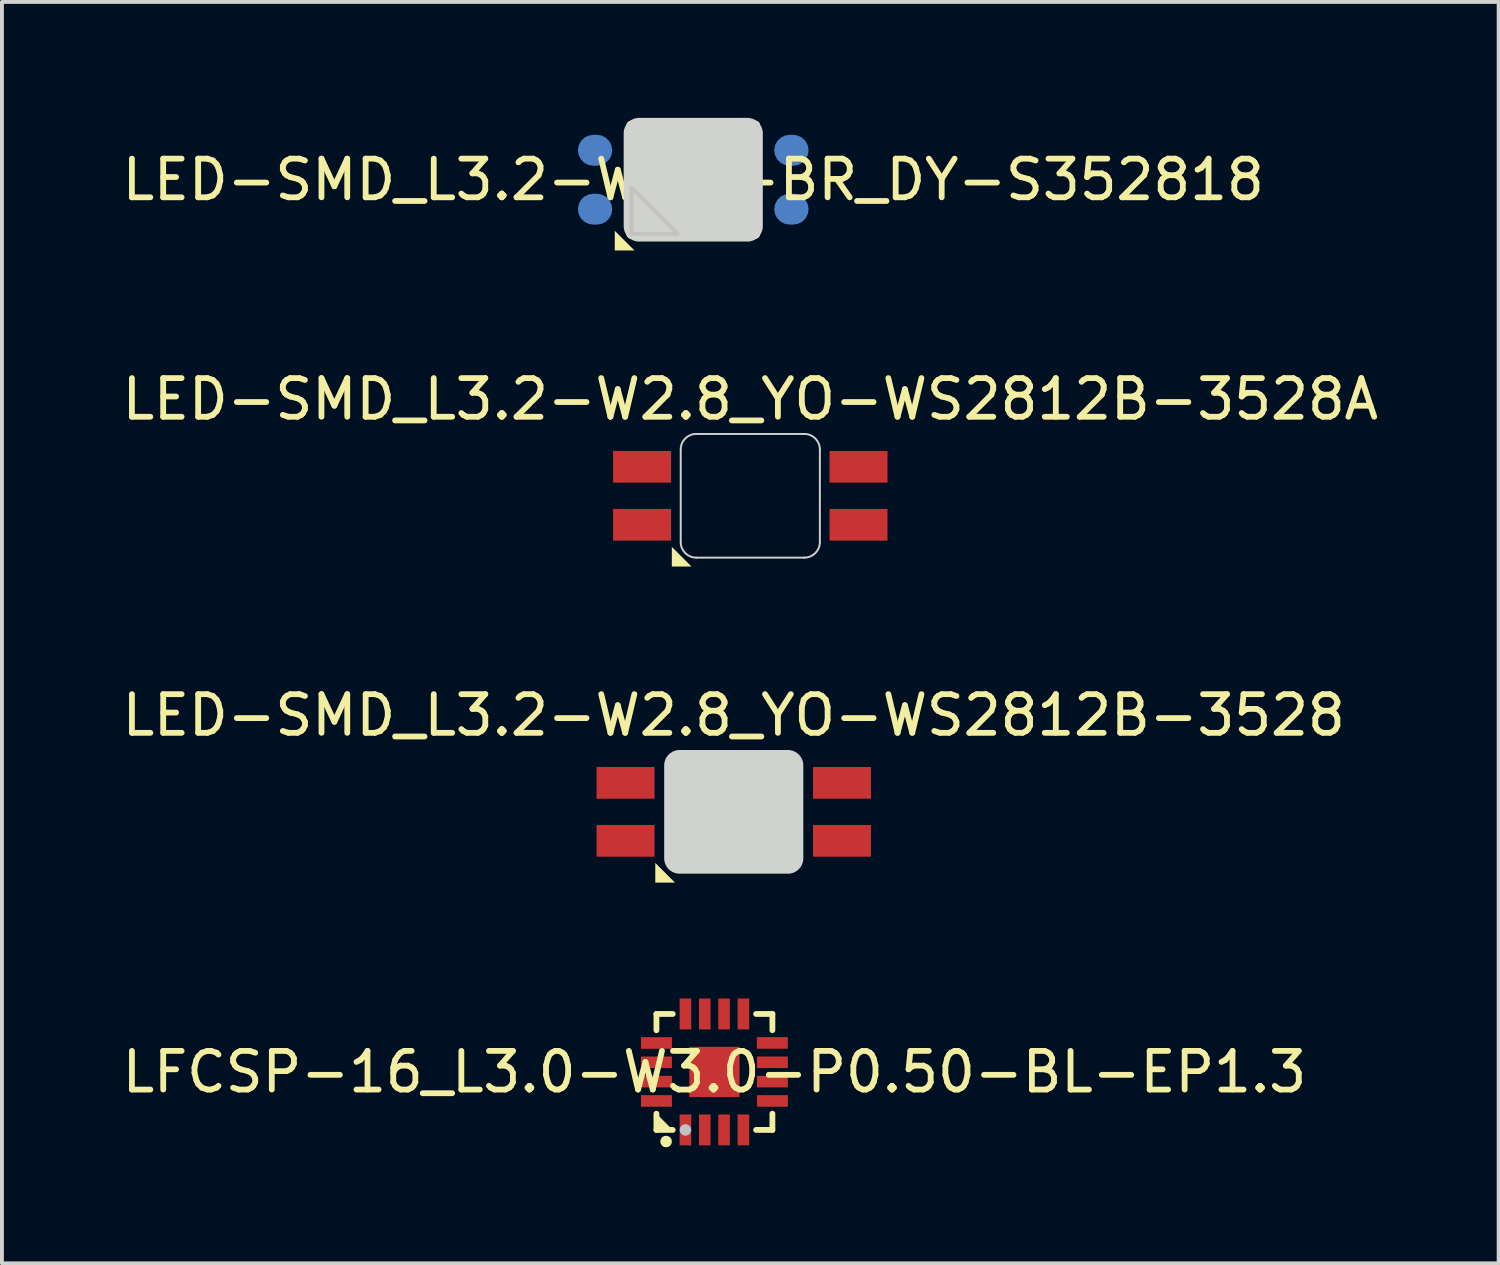
<source format=kicad_pcb>
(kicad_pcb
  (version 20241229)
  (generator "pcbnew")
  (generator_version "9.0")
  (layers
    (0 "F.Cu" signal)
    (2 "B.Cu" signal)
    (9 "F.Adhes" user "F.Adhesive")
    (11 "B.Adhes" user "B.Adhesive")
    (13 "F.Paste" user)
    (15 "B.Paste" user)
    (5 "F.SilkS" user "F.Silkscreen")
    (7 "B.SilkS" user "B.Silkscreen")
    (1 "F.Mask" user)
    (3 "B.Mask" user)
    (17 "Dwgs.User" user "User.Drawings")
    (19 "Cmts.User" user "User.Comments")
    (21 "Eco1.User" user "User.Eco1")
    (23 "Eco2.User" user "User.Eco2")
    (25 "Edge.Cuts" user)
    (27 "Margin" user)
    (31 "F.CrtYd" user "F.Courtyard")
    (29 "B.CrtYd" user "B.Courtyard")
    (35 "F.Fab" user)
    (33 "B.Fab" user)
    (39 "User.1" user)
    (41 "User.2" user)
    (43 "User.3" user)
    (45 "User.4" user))
  (footprint "LFCSP-16_L3.0-W3.0-P0.50-BL-EP1.3"
    (layer "F.Cu")
    (at 15.435 24.686)
    (property "Reference" "LFCSP-16_L3.0-W3.0-P0.50-BL-EP1.3" (at 0 0 0) (layer "F.SilkS") (effects (font (size 1 1) (thickness 0.15))))
    (fp_line (start -1.5 -1.5) (end -1.079 -1.5) (stroke (width 0.15) (type default)) (layer "F.SilkS"))
    (fp_line (start -1.5 -1.079) (end -1.5 -1.5) (stroke (width 0.15) (type default)) (layer "F.SilkS"))
    (fp_line (start -1.5 1.5) (end -1.5 1.079) (stroke (width 0.15) (type default)) (layer "F.SilkS"))
    (fp_line (start -1.5 1.5) (end -1.079 1.5) (stroke (width 0.15) (type default)) (layer "F.SilkS"))
    (fp_line (start 1.079 -1.5) (end 1.5 -1.5) (stroke (width 0.15) (type default)) (layer "F.SilkS"))
    (fp_line (start 1.079 1.5) (end 1.5 1.5) (stroke (width 0.15) (type default)) (layer "F.SilkS"))
    (fp_line (start 1.5 -1.08) (end 1.5 -1.5) (stroke (width 0.15) (type default)) (layer "F.SilkS"))
    (fp_line (start 1.5 1.5) (end 1.5 1.079) (stroke (width 0.15) (type default)) (layer "F.SilkS"))
    (fp_circle (center -1.25 1.8) (end -1.175 1.8) (stroke (width 0.15) (type default)) (fill no) (layer "F.SilkS"))
    (fp_poly (pts (xy -1.5 1.079) (xy -1.079 1.5) (xy -1.5 1.5)) (stroke (width 0) (type default)) (fill yes) (layer "F.SilkS"))
    (fp_poly (pts (xy -1.9 -0.4) (xy -1.9 -0.1) (xy -1.1 -0.1) (xy -1.1 -0.4)) (stroke (width 0) (type default)) (fill yes) (layer "F.Paste"))
    (fp_poly (pts (xy -1.9 0.1) (xy -1.9 0.4) (xy -1.1 0.4) (xy -1.1 0.1)) (stroke (width 0) (type default)) (fill yes) (layer "F.Paste"))
    (fp_poly (pts (xy -1.1 -0.6) (xy -1.1 -0.9) (xy -1.9 -0.9) (xy -1.9 -0.6)) (stroke (width 0) (type default)) (fill yes) (layer "F.Paste"))
    (fp_poly (pts (xy -1.1 0.9) (xy -1.1 0.6) (xy -1.9 0.6) (xy -1.9 0.9)) (stroke (width 0) (type default)) (fill yes) (layer "F.Paste"))
    (fp_poly (pts (xy -0.9 -1.9) (xy -0.9 -1.1) (xy -0.6 -1.1) (xy -0.6 -1.9)) (stroke (width 0) (type default)) (fill yes) (layer "F.Paste"))
    (fp_poly (pts (xy -0.6 1.9) (xy -0.6 1.1) (xy -0.9 1.1) (xy -0.9 1.9)) (stroke (width 0) (type default)) (fill yes) (layer "F.Paste"))
    (fp_poly (pts (xy -0.4 -1.9) (xy -0.4 -1.1) (xy -0.1 -1.1) (xy -0.1 -1.9)) (stroke (width 0) (type default)) (fill yes) (layer "F.Paste"))
    (fp_poly (pts (xy -0.4 1.1) (xy -0.4 1.9) (xy -0.1 1.9) (xy -0.1 1.1)) (stroke (width 0) (type default)) (fill yes) (layer "F.Paste"))
    (fp_poly (pts (xy 0.1 1.1) (xy 0.1 1.9) (xy 0.4 1.9) (xy 0.4 1.1)) (stroke (width 0) (type default)) (fill yes) (layer "F.Paste"))
    (fp_poly (pts (xy 0.4 -1.1) (xy 0.4 -1.9) (xy 0.1 -1.9) (xy 0.1 -1.1)) (stroke (width 0) (type default)) (fill yes) (layer "F.Paste"))
    (fp_poly (pts (xy 0.52 0.52) (xy -0.52 0.52) (xy -0.52 -0.519) (xy 0.52 -0.519)) (stroke (width 0) (type default)) (fill yes) (layer "F.Paste"))
    (fp_poly (pts (xy 0.6 -1.9) (xy 0.6 -1.1) (xy 0.9 -1.1) (xy 0.9 -1.9)) (stroke (width 0) (type default)) (fill yes) (layer "F.Paste"))
    (fp_poly (pts (xy 0.6 1.1) (xy 0.6 1.9) (xy 0.9 1.9) (xy 0.9 1.1)) (stroke (width 0) (type default)) (fill yes) (layer "F.Paste"))
    (fp_poly (pts (xy 1.097 -0.901) (xy 1.097 -0.601) (xy 1.897 -0.601) (xy 1.897 -0.901)) (stroke (width 0) (type default)) (fill yes) (layer "F.Paste"))
    (fp_poly (pts (xy 1.1 -0.4) (xy 1.1 -0.1) (xy 1.9 -0.1) (xy 1.9 -0.4)) (stroke (width 0) (type default)) (fill yes) (layer "F.Paste"))
    (fp_poly (pts (xy 1.1 0.1) (xy 1.1 0.4) (xy 1.9 0.4) (xy 1.9 0.1)) (stroke (width 0) (type default)) (fill yes) (layer "F.Paste"))
    (fp_poly (pts (xy 1.1 0.6) (xy 1.1 0.9) (xy 1.9 0.9) (xy 1.9 0.6)) (stroke (width 0) (type default)) (fill yes) (layer "F.Paste"))
    (fp_circle (center -0.75 1.5) (end -0.675 1.5) (stroke (width 0.15) (type default)) (fill no) (layer "Dwgs.User"))
    (fp_poly (pts (xy -1.1 -0.865) (xy -1.1 -0.635) (xy -1.5 -0.635) (xy -1.5 -0.865)) (stroke (width 0.1) (type default)) (fill no) (layer "User.1"))
    (fp_poly (pts (xy -1.1 -0.365) (xy -1.1 -0.135) (xy -1.5 -0.135) (xy -1.5 -0.365)) (stroke (width 0.1) (type default)) (fill no) (layer "User.1"))
    (fp_poly (pts (xy -1.1 0.135) (xy -1.1 0.365) (xy -1.5 0.365) (xy -1.5 0.135)) (stroke (width 0.1) (type default)) (fill no) (layer "User.1"))
    (fp_poly (pts (xy -1.1 0.635) (xy -1.1 0.865) (xy -1.5 0.865) (xy -1.5 0.635)) (stroke (width 0.1) (type default)) (fill no) (layer "User.1"))
    (fp_poly (pts (xy -0.635 -1.1) (xy -0.865 -1.1) (xy -0.865 -1.5) (xy -0.635 -1.5)) (stroke (width 0.1) (type default)) (fill no) (layer "User.1"))
    (fp_poly (pts (xy -0.635 1.5) (xy -0.865 1.5) (xy -0.865 1.1) (xy -0.635 1.1)) (stroke (width 0.1) (type default)) (fill no) (layer "User.1"))
    (fp_poly (pts (xy -0.135 -1.1) (xy -0.365 -1.1) (xy -0.365 -1.5) (xy -0.135 -1.5)) (stroke (width 0.1) (type default)) (fill no) (layer "User.1"))
    (fp_poly (pts (xy -0.134 1.5) (xy -0.363 1.5) (xy -0.363 1.1) (xy -0.134 1.1)) (stroke (width 0.1) (type default)) (fill no) (layer "User.1"))
    (fp_poly (pts (xy 0.365 -1.1) (xy 0.135 -1.1) (xy 0.135 -1.5) (xy 0.365 -1.5)) (stroke (width 0.1) (type default)) (fill no) (layer "User.1"))
    (fp_poly (pts (xy 0.365 1.5) (xy 0.135 1.5) (xy 0.135 1.1) (xy 0.365 1.1)) (stroke (width 0.1) (type default)) (fill no) (layer "User.1"))
    (fp_poly (pts (xy 0.65 0.65) (xy -0.65 0.65) (xy -0.65 -0.65) (xy 0.65 -0.65)) (stroke (width 0.1) (type default)) (fill no) (layer "User.1"))
    (fp_poly (pts (xy 0.865 -1.1) (xy 0.635 -1.1) (xy 0.635 -1.5) (xy 0.865 -1.5)) (stroke (width 0.1) (type default)) (fill no) (layer "User.1"))
    (fp_poly (pts (xy 0.865 1.5) (xy 0.635 1.5) (xy 0.635 1.1) (xy 0.865 1.1)) (stroke (width 0.1) (type default)) (fill no) (layer "User.1"))
    (fp_poly (pts (xy 1.5 -0.866) (xy 1.5 -0.636) (xy 1.1 -0.636) (xy 1.1 -0.866)) (stroke (width 0.1) (type default)) (fill no) (layer "User.1"))
    (fp_poly (pts (xy 1.5 -0.365) (xy 1.5 -0.135) (xy 1.1 -0.135) (xy 1.1 -0.365)) (stroke (width 0.1) (type default)) (fill no) (layer "User.1"))
    (fp_poly (pts (xy 1.5 0.135) (xy 1.5 0.365) (xy 1.1 0.365) (xy 1.1 0.135)) (stroke (width 0.1) (type default)) (fill no) (layer "User.1"))
    (fp_poly (pts (xy 1.5 0.635) (xy 1.5 0.865) (xy 1.1 0.865) (xy 1.1 0.635)) (stroke (width 0.1) (type default)) (fill no) (layer "User.1"))
    (fp_line (start -1.5 -1) (end -1 -1.5) (stroke (width 0.051) (type default)) (layer "User.2"))
    (fp_line (start -1.5 1) (end -1.5 -1) (stroke (width 0.051) (type default)) (layer "User.2"))
    (fp_line (start -1 -1.5) (end 1 -1.5) (stroke (width 0.051) (type default)) (layer "User.2"))
    (fp_line (start -1 1.5) (end -1.5 1) (stroke (width 0.051) (type default)) (layer "User.2"))
    (fp_line (start 1 -1.5) (end 1.5 -1) (stroke (width 0.051) (type default)) (layer "User.2"))
    (fp_line (start 1 1.5) (end -1 1.5) (stroke (width 0.051) (type default)) (layer "User.2"))
    (fp_line (start 1.5 -1) (end 1.5 1) (stroke (width 0.051) (type default)) (layer "User.2"))
    (fp_line (start 1.5 1) (end 1 1.5) (stroke (width 0.051) (type default)) (layer "User.2"))
    (fp_poly (pts (xy -1.44 1.5) (xy -1.458 1.458) (xy -1.5 1.44) (xy -1.542 1.458) (xy -1.56 1.5) (xy -1.542 1.542) (xy -1.5 1.56) (xy -1.458 1.542)) (stroke (width 0.1) (type default)) (fill no) (layer "User.3"))
    (pad "1" smd rect (at -0.75 1.5 180) (size 0.3 0.8) (layers "F.Cu" "F.Mask" "F.Paste"))
    (pad "2" smd rect (at -0.25 1.5 180) (size 0.3 0.8) (layers "F.Cu" "F.Mask" "F.Paste"))
    (pad "3" smd rect (at 0.25 1.5 180) (size 0.3 0.8) (layers "F.Cu" "F.Mask" "F.Paste"))
    (pad "4" smd rect (at 0.75 1.5 180) (size 0.3 0.8) (layers "F.Cu" "F.Mask" "F.Paste"))
    (pad "5" smd rect (at 1.5 0.75 90) (size 0.3 0.8) (layers "F.Cu" "F.Mask" "F.Paste"))
    (pad "6" smd rect (at 1.5 0.25 90) (size 0.3 0.8) (layers "F.Cu" "F.Mask" "F.Paste"))
    (pad "7" smd rect (at 1.5 -0.25 90) (size 0.3 0.8) (layers "F.Cu" "F.Mask" "F.Paste"))
    (pad "8" smd rect (at 1.498 -0.751 90) (size 0.3 0.8) (layers "F.Cu" "F.Mask" "F.Paste"))
    (pad "9" smd rect (at 0.75 -1.5 180) (size 0.3 0.8) (layers "F.Cu" "F.Mask" "F.Paste"))
    (pad "10" smd rect (at 0.25 -1.5 180) (size 0.3 0.8) (layers "F.Cu" "F.Mask" "F.Paste"))
    (pad "11" smd rect (at -0.25 -1.5 180) (size 0.3 0.8) (layers "F.Cu" "F.Mask" "F.Paste"))
    (pad "12" smd rect (at -0.75 -1.5 180) (size 0.3 0.8) (layers "F.Cu" "F.Mask" "F.Paste"))
    (pad "13" smd rect (at -1.5 -0.75 90) (size 0.3 0.8) (layers "F.Cu" "F.Mask" "F.Paste"))
    (pad "14" smd rect (at -1.5 -0.25 90) (size 0.3 0.8) (layers "F.Cu" "F.Mask" "F.Paste"))
    (pad "15" smd rect (at -1.5 0.25 90) (size 0.3 0.8) (layers "F.Cu" "F.Mask" "F.Paste"))
    (pad "16" smd rect (at -1.5 0.75 90) (size 0.3 0.8) (layers "F.Cu" "F.Mask" "F.Paste"))
    (pad "17" smd rect (at 0 0 180) (size 1.3 1.3) (layers "F.Cu" "F.Mask" "F.Paste")))
  (footprint "LED-SMD_L3.2-W2.8_YO-WS2812B-3528A"
    (layer "F.Cu")
    (at 16.363 9.778)
    (property "Reference" "LED-SMD_L3.2-W2.8_YO-WS2812B-3528A" (at 0 -2.5 0) (layer "F.SilkS") (effects (font (size 1 1) (thickness 0.15))))
    (fp_poly (pts (xy -2.03 1.83) (xy -2.03 1.322) (xy -1.522 1.83)) (stroke (width 0) (type default)) (fill yes) (layer "F.SilkS"))
    (fp_line (start -1.8 1.2) (end -1.8 -1.2) (stroke (width 0.05) (type default)) (layer "Edge.Cuts"))
    (fp_line (start -1.4 -1.6) (end 1.4 -1.6) (stroke (width 0.05) (type default)) (layer "Edge.Cuts"))
    (fp_line (start 1.4 1.6) (end -1.4 1.6) (stroke (width 0.05) (type default)) (layer "Edge.Cuts"))
    (fp_line (start 1.8 -1.2) (end 1.8 1.2) (stroke (width 0.05) (type default)) (layer "Edge.Cuts"))
    (fp_arc (start -1.8 -1.2) (mid -1.682843 -1.482843) (end -1.4 -1.6) (stroke (width 0.05) (type default)) (layer "Edge.Cuts"))
    (fp_arc (start -1.4 1.6) (mid -1.682843 1.482843) (end -1.8 1.2) (stroke (width 0.05) (type default)) (layer "Edge.Cuts"))
    (fp_arc (start 1.4 -1.6) (mid 1.682843 -1.482843) (end 1.8 -1.2) (stroke (width 0.05) (type default)) (layer "Edge.Cuts"))
    (fp_arc (start 1.8 1.2) (mid 1.682843 1.482843) (end 1.4 1.6) (stroke (width 0.05) (type default)) (layer "Edge.Cuts"))
    (fp_poly (pts (xy -1.4 1.601) (xy -1.413 1.601) (xy -1.407 1.6)) (stroke (width 0) (type default)) (fill yes) (layer "Edge.Cuts"))
    (fp_poly (pts (xy -1.54 -1.09) (xy -1.54 -0.41) (xy -2.94 -0.41) (xy -2.94 -1.09)) (stroke (width 0.1) (type default)) (fill no) (layer "User.1"))
    (fp_poly (pts (xy -1.54 0.41) (xy -1.54 1.09) (xy -2.94 1.09) (xy -2.94 0.41)) (stroke (width 0.1) (type default)) (fill no) (layer "User.1"))
    (fp_poly (pts (xy 2.94 -1.09) (xy 2.94 -0.41) (xy 1.54 -0.41) (xy 1.54 -1.09)) (stroke (width 0.1) (type default)) (fill no) (layer "User.1"))
    (fp_poly (pts (xy 2.94 0.41) (xy 2.94 1.09) (xy 1.54 1.09) (xy 1.54 0.41)) (stroke (width 0.1) (type default)) (fill no) (layer "User.1"))
    (fp_poly (pts (xy 3 -1.4) (xy 2.982 -1.442) (xy 2.94 -1.46) (xy 2.898 -1.442) (xy 2.88 -1.4) (xy 2.898 -1.358) (xy 2.94 -1.34) (xy 2.982 -1.358)) (stroke (width 0.1) (type default)) (fill no) (layer "User.3"))
    (pad "1" smd rect (at 2.8 -0.75 90) (size 0.82 1.5) (layers "F.Cu" "F.Mask" "F.Paste"))
    (pad "2" smd rect (at 2.8 0.75 90) (size 0.82 1.5) (layers "F.Cu" "F.Mask" "F.Paste"))
    (pad "3" smd rect (at -2.8 0.75 90) (size 0.82 1.5) (layers "F.Cu" "F.Mask" "F.Paste"))
    (pad "4" smd rect (at -2.8 -0.75 90) (size 0.82 1.5) (layers "F.Cu" "F.Mask" "F.Paste")))
  (footprint "LED-SMD_L3.2-W2.8-BR_DY-S352818"
    (layer "F.Cu")
    (at 14.887 1.6)
    (property "Reference" "LED-SMD_L3.2-W2.8-BR_DY-S352818" (at 0 0 0) (layer "F.SilkS") (effects (font (size 1 1) (thickness 0.15))))
    (fp_line (start -1.6 -1.4) (end -1.6 -1.273) (stroke (width 0.254) (type default)) (layer "F.SilkS"))
    (fp_line (start -1.6 -1.4) (end 1.6 -1.4) (stroke (width 0.254) (type default)) (layer "F.SilkS"))
    (fp_line (start -1.6 -0.227) (end -1.6 0.227) (stroke (width 0.254) (type default)) (layer "F.SilkS"))
    (fp_line (start -1.6 1.274) (end -1.6 1.4) (stroke (width 0.254) (type default)) (layer "F.SilkS"))
    (fp_line (start -1.6 1.4) (end 1.6 1.4) (stroke (width 0.254) (type default)) (layer "F.SilkS"))
    (fp_line (start 1.6 -1.4) (end 1.6 -1.273) (stroke (width 0.254) (type default)) (layer "F.SilkS"))
    (fp_line (start 1.6 -0.227) (end 1.6 0.227) (stroke (width 0.254) (type default)) (layer "F.SilkS"))
    (fp_line (start 1.6 1.274) (end 1.6 1.4) (stroke (width 0.254) (type default)) (layer "F.SilkS"))
    (fp_circle (center 0 0) (end 0.992 0) (stroke (width 0.254) (type default)) (fill no) (layer "F.SilkS"))
    (fp_poly (pts (xy -2.03 1.83) (xy -2.03 1.322) (xy -1.522 1.83)) (stroke (width 0) (type default)) (fill yes) (layer "F.SilkS"))
    (fp_poly (pts (xy -1.6 1.4) (xy -0.4 1.4) (xy -1.6 0.2)) (stroke (width 0.1) (type default)) (fill no) (layer "Dwgs.User"))
    (fp_poly (pts (xy -1.4 1.601) (xy -1.413 1.601) (xy -1.407 1.601)) (stroke (width 0) (type default)) (fill yes) (layer "Edge.Cuts"))
    (fp_poly (pts (arc (start 1.8 1.2005) (mid 1.682843 1.483343) (end 1.4 1.6005)) (xy 1.4 1.6) (xy -1.4 1.6) (arc (start -1.4065 1.6005) (mid -1.685169 1.481073) (end -1.8 1.2005)) (xy -1.8 1.2) (arc (start -1.8 -1.2) (mid -1.682843 -1.482843) (end -1.4 -1.6)) (arc (start 1.4 -1.6) (mid 1.682843 -1.482843) (end 1.8 -1.2))) (stroke (width 0) (type default)) (fill yes) (layer "Edge.Cuts"))
    (fp_poly (pts (xy -1.54 -1.09) (xy -1.54 -0.41) (xy -2.94 -0.41) (xy -2.94 -1.09)) (stroke (width 0.1) (type default)) (fill no) (layer "User.1"))
    (fp_poly (pts (xy -1.54 0.41) (xy -1.54 1.09) (xy -2.94 1.09) (xy -2.94 0.41)) (stroke (width 0.1) (type default)) (fill no) (layer "User.1"))
    (fp_poly (pts (xy 2.94 -1.09) (xy 2.94 -0.41) (xy 1.54 -0.41) (xy 1.54 -1.09)) (stroke (width 0.1) (type default)) (fill no) (layer "User.1"))
    (fp_poly (pts (xy 2.94 0.41) (xy 2.94 1.09) (xy 1.54 1.09) (xy 1.54 0.41)) (stroke (width 0.1) (type default)) (fill no) (layer "User.1"))
    (fp_line (start -1.6 -1.4) (end 1.6 -1.4) (stroke (width 0.051) (type default)) (layer "User.2"))
    (fp_line (start -1.6 1.4) (end -1.6 -1.4) (stroke (width 0.051) (type default)) (layer "User.2"))
    (fp_line (start 1.6 -1.4) (end 1.6 1.4) (stroke (width 0.051) (type default)) (layer "User.2"))
    (fp_line (start 1.6 1.4) (end -1.6 1.4) (stroke (width 0.051) (type default)) (layer "User.2"))
    (fp_poly (pts (xy 3 1.4) (xy 2.982 1.358) (xy 2.94 1.34) (xy 2.898 1.358) (xy 2.88 1.4) (xy 2.898 1.442) (xy 2.94 1.46) (xy 2.982 1.442)) (stroke (width 0.1) (type default)) (fill no) (layer "User.3"))
    (pad "1" smd roundrect (at 2.54 0.762 180) (size 0.889 0.8) (layers "B.Cu" "B.Mask" "B.Paste") (roundrect_rratio 0.5))
    (pad "2" smd roundrect (at 2.54 -0.762 180) (size 0.889 0.8) (layers "B.Cu" "B.Mask" "B.Paste") (roundrect_rratio 0.5))
    (pad "3" smd roundrect (at -2.54 -0.762 180) (size 0.889 0.8) (layers "B.Cu" "B.Mask" "B.Paste") (roundrect_rratio 0.5))
    (pad "4" smd roundrect (at -2.54 0.762 180) (size 0.889 0.8) (layers "B.Cu" "B.Mask" "B.Paste") (roundrect_rratio 0.5)))
  (footprint "LED-SMD_L3.2-W2.8_YO-WS2812B-3528"
    (layer "F.Cu")
    (at 15.935 17.956)
    (property "Reference" "LED-SMD_L3.2-W2.8_YO-WS2812B-3528" (at 0 -2.5 0) (layer "F.SilkS") (effects (font (size 1 1) (thickness 0.15))))
    (fp_poly (pts (xy -2.03 1.83) (xy -2.03 1.322) (xy -1.522 1.83)) (stroke (width 0) (type default)) (fill yes) (layer "F.SilkS"))
    (fp_poly (pts (xy -1.4 1.601) (xy -1.413 1.601) (xy -1.407 1.6)) (stroke (width 0) (type default)) (fill yes) (layer "Edge.Cuts"))
    (fp_poly (pts (arc (start 1.8 1.2005) (mid 1.682843 1.483343) (end 1.4 1.6005)) (xy 1.4 1.6) (xy -1.4 1.6) (arc (start -1.4065 1.6) (mid -1.684815 1.480719) (end -1.8 1.2005)) (xy -1.8 1.2) (arc (start -1.8 -1.2) (mid -1.682843 -1.482843) (end -1.4 -1.6)) (arc (start 1.4 -1.6) (mid 1.682843 -1.482843) (end 1.8 -1.2))) (stroke (width 0) (type default)) (fill yes) (layer "Edge.Cuts"))
    (fp_poly (pts (xy -1.54 -1.09) (xy -1.54 -0.41) (xy -2.94 -0.41) (xy -2.94 -1.09)) (stroke (width 0.1) (type default)) (fill no) (layer "User.1"))
    (fp_poly (pts (xy -1.54 0.41) (xy -1.54 1.09) (xy -2.94 1.09) (xy -2.94 0.41)) (stroke (width 0.1) (type default)) (fill no) (layer "User.1"))
    (fp_poly (pts (xy 2.94 -1.09) (xy 2.94 -0.41) (xy 1.54 -0.41) (xy 1.54 -1.09)) (stroke (width 0.1) (type default)) (fill no) (layer "User.1"))
    (fp_poly (pts (xy 2.94 0.41) (xy 2.94 1.09) (xy 1.54 1.09) (xy 1.54 0.41)) (stroke (width 0.1) (type default)) (fill no) (layer "User.1"))
    (fp_line (start -1.6 -1.4) (end 1.6 -1.4) (stroke (width 0.051) (type default)) (layer "User.2"))
    (fp_line (start -1.6 1.4) (end -1.6 -1.4) (stroke (width 0.051) (type default)) (layer "User.2"))
    (fp_line (start 1.6 -1.4) (end 1.6 1.4) (stroke (width 0.051) (type default)) (layer "User.2"))
    (fp_line (start 1.6 1.4) (end -1.6 1.4) (stroke (width 0.051) (type default)) (layer "User.2"))
    (fp_poly (pts (xy 3 -1.4) (xy 2.982 -1.442) (xy 2.94 -1.46) (xy 2.898 -1.442) (xy 2.88 -1.4) (xy 2.898 -1.358) (xy 2.94 -1.34) (xy 2.982 -1.358)) (stroke (width 0.1) (type default)) (fill no) (layer "User.3"))
    (pad "1" smd rect (at 2.8 -0.75 90) (size 0.82 1.5) (layers "F.Cu" "F.Mask" "F.Paste"))
    (pad "2" smd rect (at 2.8 0.75 90) (size 0.82 1.5) (layers "F.Cu" "F.Mask" "F.Paste"))
    (pad "3" smd rect (at -2.8 0.75 90) (size 0.82 1.5) (layers "F.Cu" "F.Mask" "F.Paste"))
    (pad "4" smd rect (at -2.8 -0.75 90) (size 0.82 1.5) (layers "F.Cu" "F.Mask" "F.Paste")))
  (gr_rect
    (start -3 -3)
    (end 35.726 29.637)
    (stroke (width 0.1) (type default))
    (fill no)
    (layer "Edge.Cuts")))
</source>
